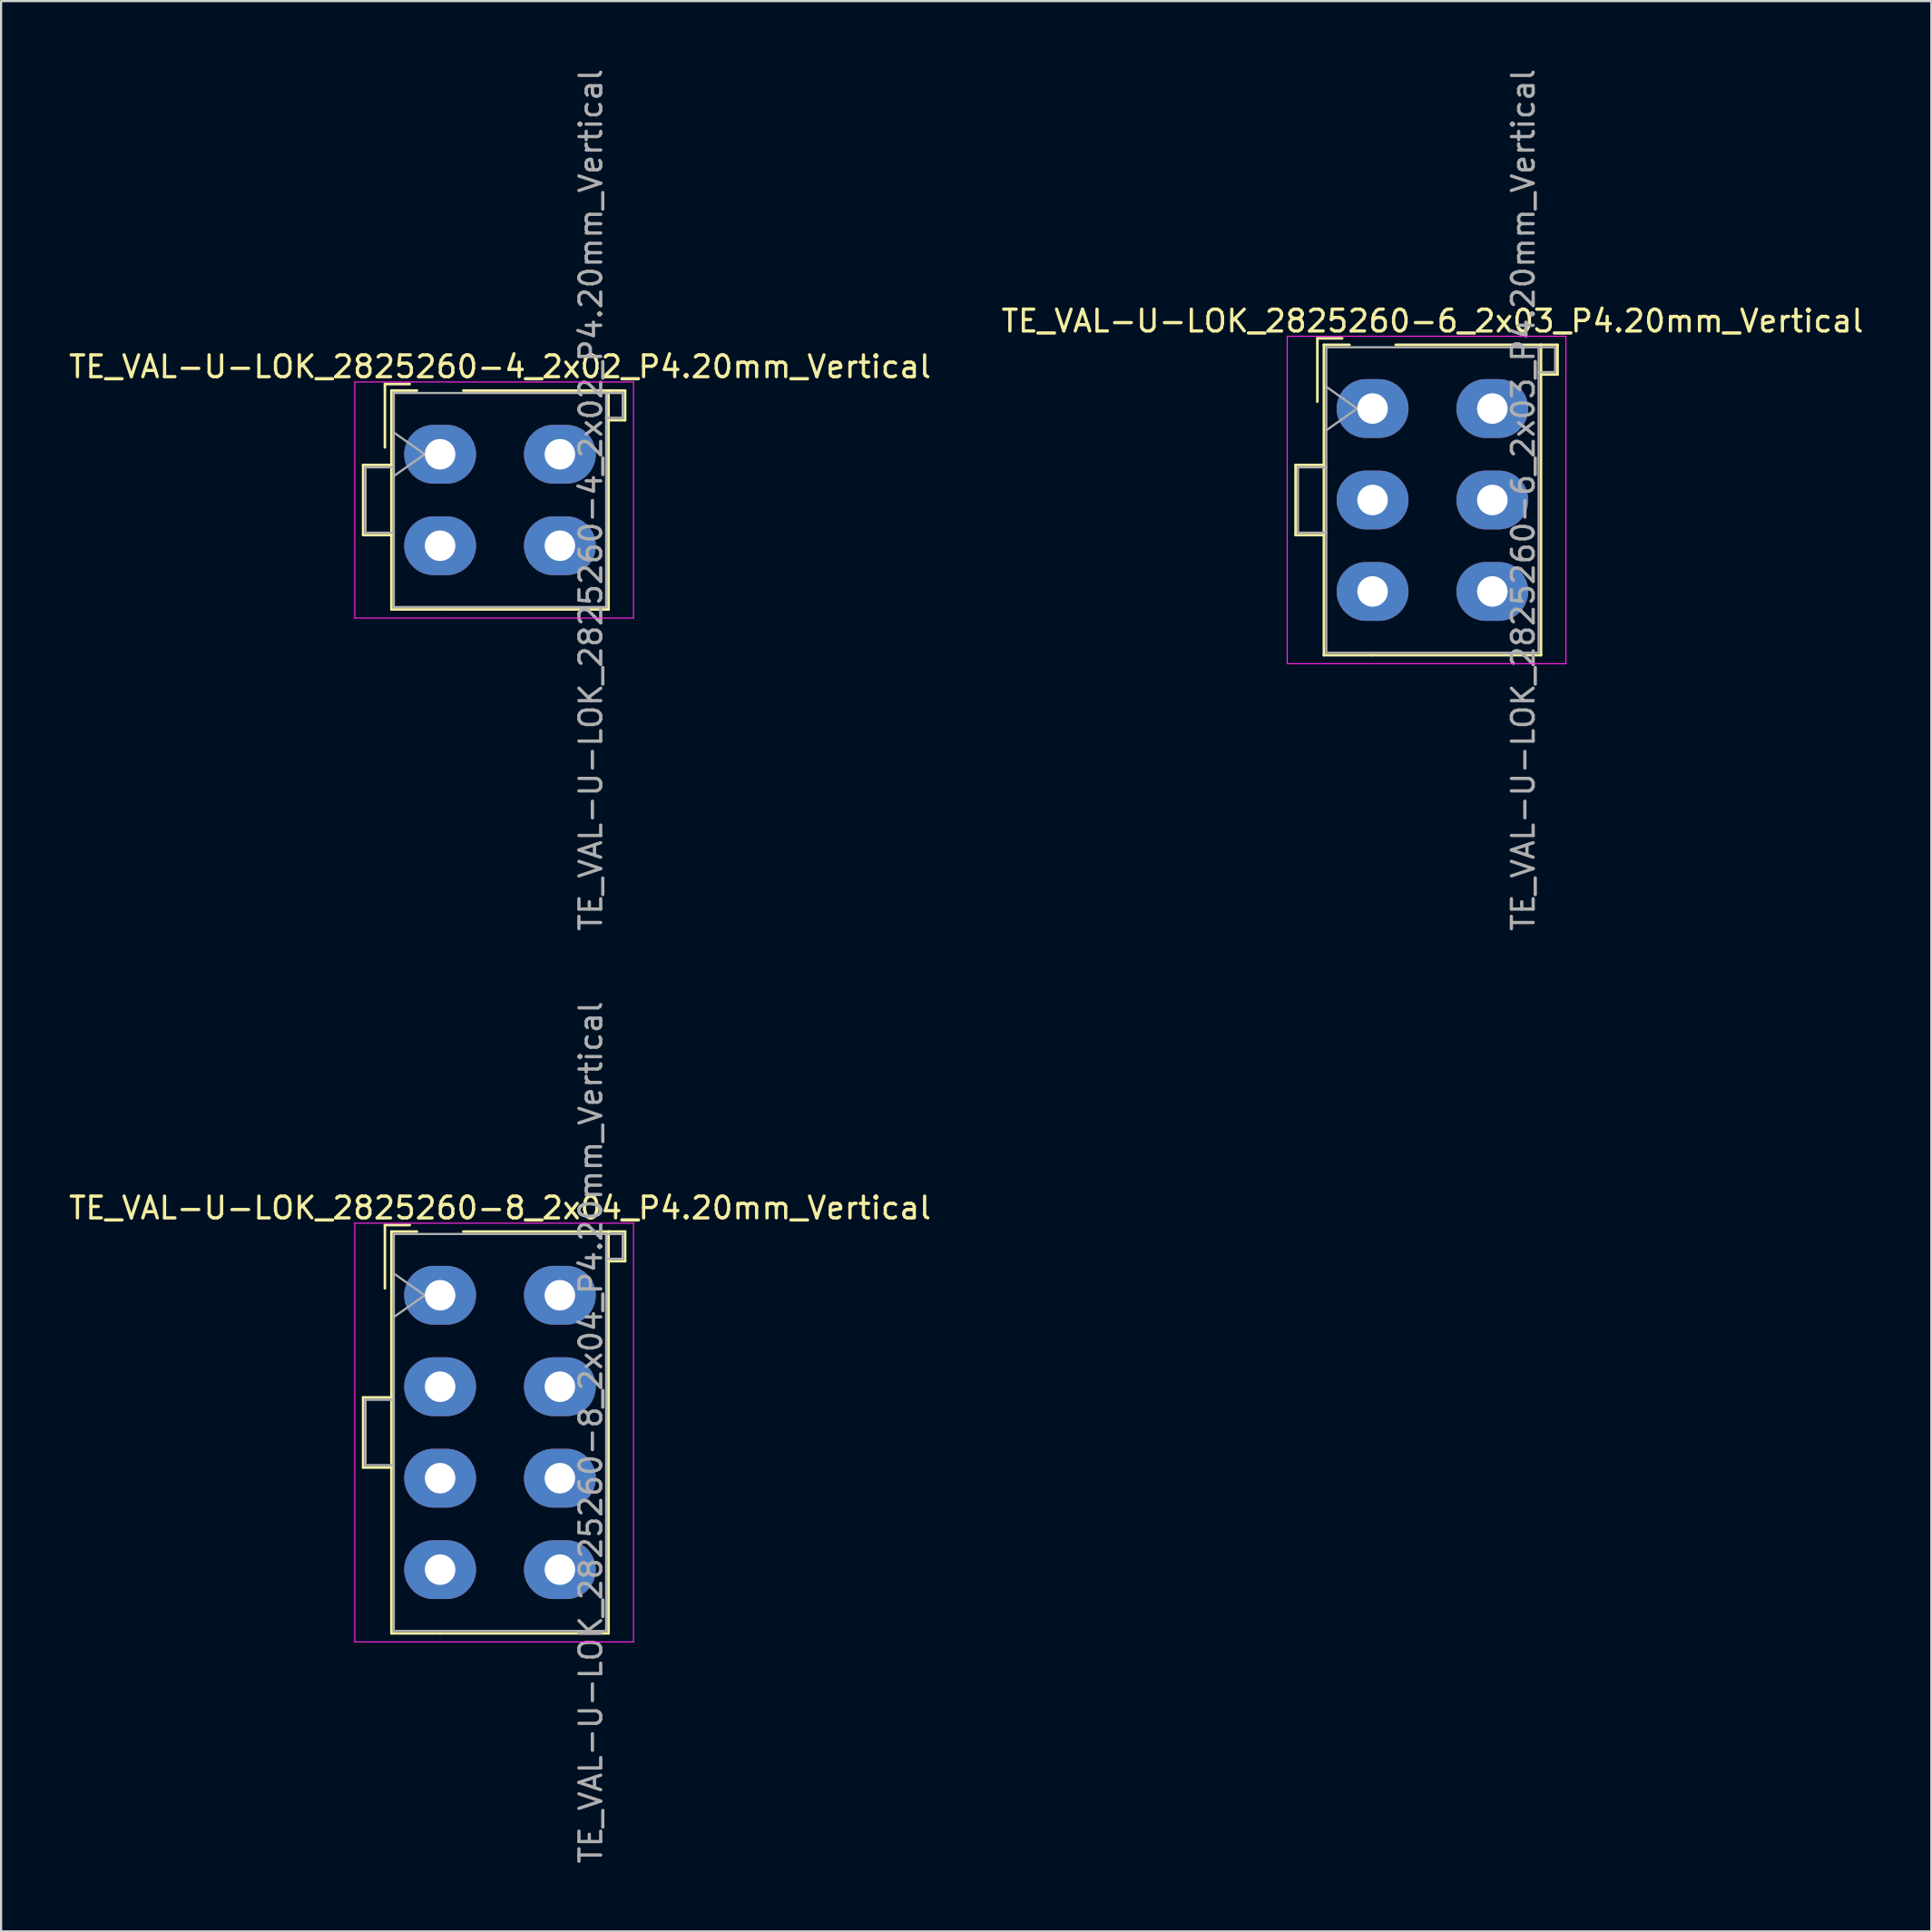
<source format=kicad_pcb>
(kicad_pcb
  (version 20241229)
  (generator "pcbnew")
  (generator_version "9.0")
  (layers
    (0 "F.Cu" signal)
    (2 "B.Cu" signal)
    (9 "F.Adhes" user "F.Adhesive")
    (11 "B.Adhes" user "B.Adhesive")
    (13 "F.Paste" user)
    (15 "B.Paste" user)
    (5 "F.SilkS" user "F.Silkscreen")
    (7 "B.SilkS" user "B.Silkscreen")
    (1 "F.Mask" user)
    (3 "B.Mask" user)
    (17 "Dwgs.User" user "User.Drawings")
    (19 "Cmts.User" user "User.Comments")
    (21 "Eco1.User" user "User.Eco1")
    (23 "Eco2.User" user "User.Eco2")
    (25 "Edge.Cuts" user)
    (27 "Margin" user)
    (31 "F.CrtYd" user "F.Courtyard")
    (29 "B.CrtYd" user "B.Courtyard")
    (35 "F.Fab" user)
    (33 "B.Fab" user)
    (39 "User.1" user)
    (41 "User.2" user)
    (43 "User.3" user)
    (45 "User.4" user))
  (footprint "TE_VAL-U-LOK_2825260-8_2x04_P4.20mm_Vertical"
    (layer "F.Cu")
    (at 17.161 56.432)
    (property "Reference" "TE_VAL-U-LOK_2825260-8_2x04_P4.20mm_Vertical" (at 2.75 -4.01 0) (layer "F.SilkS") (effects (font (size 1 1) (thickness 0.15))))
    (attr through_hole)
    (fp_line (start -3.535 4.69) (end -3.535 7.91) (stroke (width 0.12) (type solid)) (layer "F.SilkS"))
    (fp_line (start -3.535 7.91) (end -2.235 7.91) (stroke (width 0.12) (type solid)) (layer "F.SilkS"))
    (fp_line (start -2.535 -3.225) (end -2.535 -0.315) (stroke (width 0.12) (type solid)) (layer "F.SilkS"))
    (fp_line (start -2.235 -2.925) (end -2.235 15.525) (stroke (width 0.12) (type solid)) (layer "F.SilkS"))
    (fp_line (start -2.235 4.69) (end -3.535 4.69) (stroke (width 0.12) (type solid)) (layer "F.SilkS"))
    (fp_line (start -2.235 15.525) (end 0 15.525) (stroke (width 0.12) (type solid)) (layer "F.SilkS"))
    (fp_line (start -1.395 -3.225) (end -2.535 -3.225) (stroke (width 0.12) (type solid)) (layer "F.SilkS"))
    (fp_line (start -1.062 -2.925) (end -2.235 -2.925) (stroke (width 0.12) (type solid)) (layer "F.SilkS"))
    (fp_line (start 1.062 -2.925) (end 7.735 -2.925) (stroke (width 0.12) (type solid)) (layer "F.SilkS"))
    (fp_line (start 7.735 -2.925) (end 7.735 15.525) (stroke (width 0.12) (type solid)) (layer "F.SilkS"))
    (fp_line (start 7.735 -2.925) (end 8.495 -2.925) (stroke (width 0.12) (type solid)) (layer "F.SilkS"))
    (fp_line (start 7.735 15.525) (end 0 15.525) (stroke (width 0.12) (type solid)) (layer "F.SilkS"))
    (fp_line (start 8.495 -2.925) (end 8.495 -1.565) (stroke (width 0.12) (type solid)) (layer "F.SilkS"))
    (fp_line (start 8.495 -1.565) (end 7.735 -1.565) (stroke (width 0.12) (type solid)) (layer "F.SilkS"))
    (fp_line (start -3.92 -3.31) (end -3.92 15.92) (stroke (width 0.05) (type solid)) (layer "F.CrtYd"))
    (fp_line (start -3.92 15.92) (end 8.88 15.92) (stroke (width 0.05) (type solid)) (layer "F.CrtYd"))
    (fp_line (start 8.88 -3.31) (end -3.92 -3.31) (stroke (width 0.05) (type solid)) (layer "F.CrtYd"))
    (fp_line (start 8.88 15.92) (end 8.88 -3.31) (stroke (width 0.05) (type solid)) (layer "F.CrtYd"))
    (fp_line (start -3.425 4.8) (end -3.425 7.8) (stroke (width 0.1) (type solid)) (layer "F.Fab"))
    (fp_line (start -3.425 7.8) (end -2.125 7.8) (stroke (width 0.1) (type solid)) (layer "F.Fab"))
    (fp_line (start -2.125 -2.815) (end -2.125 15.415) (stroke (width 0.1) (type solid)) (layer "F.Fab"))
    (fp_line (start -2.125 -1) (end -0.711 0) (stroke (width 0.1) (type solid)) (layer "F.Fab"))
    (fp_line (start -2.125 4.8) (end -3.425 4.8) (stroke (width 0.1) (type solid)) (layer "F.Fab"))
    (fp_line (start -2.125 15.415) (end 7.625 15.415) (stroke (width 0.1) (type solid)) (layer "F.Fab"))
    (fp_line (start -0.711 0) (end -2.125 1) (stroke (width 0.1) (type solid)) (layer "F.Fab"))
    (fp_line (start 7.625 -2.815) (end -2.125 -2.815) (stroke (width 0.1) (type solid)) (layer "F.Fab"))
    (fp_line (start 7.625 -2.815) (end 8.385 -2.815) (stroke (width 0.1) (type solid)) (layer "F.Fab"))
    (fp_line (start 7.625 15.415) (end 7.625 -2.815) (stroke (width 0.1) (type solid)) (layer "F.Fab"))
    (fp_line (start 8.385 -2.815) (end 8.385 -1.675) (stroke (width 0.1) (type solid)) (layer "F.Fab"))
    (fp_line (start 8.385 -1.675) (end 7.625 -1.675) (stroke (width 0.1) (type solid)) (layer "F.Fab"))
    (fp_text user "${REFERENCE}" (at 6.92 6.3 90) (layer "F.Fab") (effects (font (size 1 1) (thickness 0.15))))
    (pad "1" thru_hole oval (at 0 0) (size 3.3 2.7) (drill 1.4) (layers "*.Cu" "*.Mask"))
    (pad "2" thru_hole oval (at 5.5 0) (size 3.3 2.7) (drill 1.4) (layers "*.Cu" "*.Mask"))
    (pad "3" thru_hole oval (at 0 4.2) (size 3.3 2.7) (drill 1.4) (layers "*.Cu" "*.Mask"))
    (pad "4" thru_hole oval (at 5.5 4.2) (size 3.3 2.7) (drill 1.4) (layers "*.Cu" "*.Mask"))
    (pad "5" thru_hole oval (at 0 8.4) (size 3.3 2.7) (drill 1.4) (layers "*.Cu" "*.Mask"))
    (pad "6" thru_hole oval (at 5.5 8.4) (size 3.3 2.7) (drill 1.4) (layers "*.Cu" "*.Mask"))
    (pad "7" thru_hole oval (at 0 12.6) (size 3.3 2.7) (drill 1.4) (layers "*.Cu" "*.Mask"))
    (pad "8" thru_hole oval (at 5.5 12.6) (size 3.3 2.7) (drill 1.4) (layers "*.Cu" "*.Mask")))
  (footprint "TE_VAL-U-LOK_2825260-6_2x03_P4.20mm_Vertical"
    (layer "F.Cu")
    (at 59.982 15.711)
    (property "Reference" "TE_VAL-U-LOK_2825260-6_2x03_P4.20mm_Vertical" (at 2.75 -4.02 0) (layer "F.SilkS") (effects (font (size 1 1) (thickness 0.15))))
    (attr through_hole)
    (fp_line (start -3.535 2.59) (end -3.535 5.81) (stroke (width 0.12) (type solid)) (layer "F.SilkS"))
    (fp_line (start -3.535 5.81) (end -2.235 5.81) (stroke (width 0.12) (type solid)) (layer "F.SilkS"))
    (fp_line (start -2.535 -3.225) (end -2.535 -0.315) (stroke (width 0.12) (type solid)) (layer "F.SilkS"))
    (fp_line (start -2.235 -2.925) (end -2.235 11.325) (stroke (width 0.12) (type solid)) (layer "F.SilkS"))
    (fp_line (start -2.235 2.59) (end -3.535 2.59) (stroke (width 0.12) (type solid)) (layer "F.SilkS"))
    (fp_line (start -2.235 11.325) (end 0 11.325) (stroke (width 0.12) (type solid)) (layer "F.SilkS"))
    (fp_line (start -1.395 -3.225) (end -2.535 -3.225) (stroke (width 0.12) (type solid)) (layer "F.SilkS"))
    (fp_line (start -1.062 -2.925) (end -2.235 -2.925) (stroke (width 0.12) (type solid)) (layer "F.SilkS"))
    (fp_line (start 1.062 -2.925) (end 7.735 -2.925) (stroke (width 0.12) (type solid)) (layer "F.SilkS"))
    (fp_line (start 7.735 -2.925) (end 7.735 11.325) (stroke (width 0.12) (type solid)) (layer "F.SilkS"))
    (fp_line (start 7.735 -2.925) (end 8.495 -2.925) (stroke (width 0.12) (type solid)) (layer "F.SilkS"))
    (fp_line (start 7.735 11.325) (end 0 11.325) (stroke (width 0.12) (type solid)) (layer "F.SilkS"))
    (fp_line (start 8.495 -2.925) (end 8.495 -1.565) (stroke (width 0.12) (type solid)) (layer "F.SilkS"))
    (fp_line (start 8.495 -1.565) (end 7.735 -1.565) (stroke (width 0.12) (type solid)) (layer "F.SilkS"))
    (fp_line (start -3.92 -3.32) (end -3.92 11.72) (stroke (width 0.05) (type solid)) (layer "F.CrtYd"))
    (fp_line (start -3.92 11.72) (end 8.88 11.72) (stroke (width 0.05) (type solid)) (layer "F.CrtYd"))
    (fp_line (start 8.88 -3.32) (end -3.92 -3.32) (stroke (width 0.05) (type solid)) (layer "F.CrtYd"))
    (fp_line (start 8.88 11.72) (end 8.88 -3.32) (stroke (width 0.05) (type solid)) (layer "F.CrtYd"))
    (fp_line (start -3.425 2.7) (end -3.425 5.7) (stroke (width 0.1) (type solid)) (layer "F.Fab"))
    (fp_line (start -3.425 5.7) (end -2.125 5.7) (stroke (width 0.1) (type solid)) (layer "F.Fab"))
    (fp_line (start -2.125 -2.815) (end -2.125 11.215) (stroke (width 0.1) (type solid)) (layer "F.Fab"))
    (fp_line (start -2.125 -1) (end -0.711 0) (stroke (width 0.1) (type solid)) (layer "F.Fab"))
    (fp_line (start -2.125 2.7) (end -3.425 2.7) (stroke (width 0.1) (type solid)) (layer "F.Fab"))
    (fp_line (start -2.125 11.215) (end 7.625 11.215) (stroke (width 0.1) (type solid)) (layer "F.Fab"))
    (fp_line (start -0.711 0) (end -2.125 1) (stroke (width 0.1) (type solid)) (layer "F.Fab"))
    (fp_line (start 7.625 -2.815) (end -2.125 -2.815) (stroke (width 0.1) (type solid)) (layer "F.Fab"))
    (fp_line (start 7.625 -2.815) (end 8.385 -2.815) (stroke (width 0.1) (type solid)) (layer "F.Fab"))
    (fp_line (start 7.625 11.215) (end 7.625 -2.815) (stroke (width 0.1) (type solid)) (layer "F.Fab"))
    (fp_line (start 8.385 -2.815) (end 8.385 -1.675) (stroke (width 0.1) (type solid)) (layer "F.Fab"))
    (fp_line (start 8.385 -1.675) (end 7.625 -1.675) (stroke (width 0.1) (type solid)) (layer "F.Fab"))
    (fp_text user "${REFERENCE}" (at 6.92 4.2 90) (layer "F.Fab") (effects (font (size 1 1) (thickness 0.15))))
    (pad "1" thru_hole oval (at 0 0) (size 3.3 2.7) (drill 1.4) (layers "*.Cu" "*.Mask"))
    (pad "2" thru_hole oval (at 5.5 0) (size 3.3 2.7) (drill 1.4) (layers "*.Cu" "*.Mask"))
    (pad "3" thru_hole oval (at 0 4.2) (size 3.3 2.7) (drill 1.4) (layers "*.Cu" "*.Mask"))
    (pad "4" thru_hole oval (at 5.5 4.2) (size 3.3 2.7) (drill 1.4) (layers "*.Cu" "*.Mask"))
    (pad "5" thru_hole oval (at 0 8.4) (size 3.3 2.7) (drill 1.4) (layers "*.Cu" "*.Mask"))
    (pad "6" thru_hole oval (at 5.5 8.4) (size 3.3 2.7) (drill 1.4) (layers "*.Cu" "*.Mask")))
  (footprint "TE_VAL-U-LOK_2825260-4_2x02_P4.20mm_Vertical"
    (layer "F.Cu")
    (at 17.161 17.811)
    (property "Reference" "TE_VAL-U-LOK_2825260-4_2x02_P4.20mm_Vertical" (at 2.75 -4.02 0) (layer "F.SilkS") (effects (font (size 1 1) (thickness 0.15))))
    (attr through_hole)
    (fp_line (start -3.535 0.49) (end -3.535 3.71) (stroke (width 0.12) (type solid)) (layer "F.SilkS"))
    (fp_line (start -3.535 3.71) (end -2.235 3.71) (stroke (width 0.12) (type solid)) (layer "F.SilkS"))
    (fp_line (start -2.535 -3.225) (end -2.535 -0.315) (stroke (width 0.12) (type solid)) (layer "F.SilkS"))
    (fp_line (start -2.235 -2.925) (end -2.235 7.125) (stroke (width 0.12) (type solid)) (layer "F.SilkS"))
    (fp_line (start -2.235 0.49) (end -3.535 0.49) (stroke (width 0.12) (type solid)) (layer "F.SilkS"))
    (fp_line (start -2.235 7.125) (end 0 7.125) (stroke (width 0.12) (type solid)) (layer "F.SilkS"))
    (fp_line (start -1.395 -3.225) (end -2.535 -3.225) (stroke (width 0.12) (type solid)) (layer "F.SilkS"))
    (fp_line (start -1.062 -2.925) (end -2.235 -2.925) (stroke (width 0.12) (type solid)) (layer "F.SilkS"))
    (fp_line (start 1.062 -2.925) (end 7.735 -2.925) (stroke (width 0.12) (type solid)) (layer "F.SilkS"))
    (fp_line (start 7.735 -2.925) (end 7.735 7.125) (stroke (width 0.12) (type solid)) (layer "F.SilkS"))
    (fp_line (start 7.735 -2.925) (end 8.495 -2.925) (stroke (width 0.12) (type solid)) (layer "F.SilkS"))
    (fp_line (start 7.735 7.125) (end 0 7.125) (stroke (width 0.12) (type solid)) (layer "F.SilkS"))
    (fp_line (start 8.495 -2.925) (end 8.495 -1.565) (stroke (width 0.12) (type solid)) (layer "F.SilkS"))
    (fp_line (start 8.495 -1.565) (end 7.735 -1.565) (stroke (width 0.12) (type solid)) (layer "F.SilkS"))
    (fp_line (start -3.92 -3.32) (end -3.92 7.52) (stroke (width 0.05) (type solid)) (layer "F.CrtYd"))
    (fp_line (start -3.92 7.52) (end 8.88 7.52) (stroke (width 0.05) (type solid)) (layer "F.CrtYd"))
    (fp_line (start 8.88 -3.32) (end -3.92 -3.32) (stroke (width 0.05) (type solid)) (layer "F.CrtYd"))
    (fp_line (start 8.88 7.52) (end 8.88 -3.32) (stroke (width 0.05) (type solid)) (layer "F.CrtYd"))
    (fp_line (start -3.425 0.6) (end -3.425 3.6) (stroke (width 0.1) (type solid)) (layer "F.Fab"))
    (fp_line (start -3.425 3.6) (end -2.125 3.6) (stroke (width 0.1) (type solid)) (layer "F.Fab"))
    (fp_line (start -2.125 -2.815) (end -2.125 7.015) (stroke (width 0.1) (type solid)) (layer "F.Fab"))
    (fp_line (start -2.125 -1) (end -0.711 0) (stroke (width 0.1) (type solid)) (layer "F.Fab"))
    (fp_line (start -2.125 0.6) (end -3.425 0.6) (stroke (width 0.1) (type solid)) (layer "F.Fab"))
    (fp_line (start -2.125 7.015) (end 7.625 7.015) (stroke (width 0.1) (type solid)) (layer "F.Fab"))
    (fp_line (start -0.711 0) (end -2.125 1) (stroke (width 0.1) (type solid)) (layer "F.Fab"))
    (fp_line (start 7.625 -2.815) (end -2.125 -2.815) (stroke (width 0.1) (type solid)) (layer "F.Fab"))
    (fp_line (start 7.625 -2.815) (end 8.385 -2.815) (stroke (width 0.1) (type solid)) (layer "F.Fab"))
    (fp_line (start 7.625 7.015) (end 7.625 -2.815) (stroke (width 0.1) (type solid)) (layer "F.Fab"))
    (fp_line (start 8.385 -2.815) (end 8.385 -1.675) (stroke (width 0.1) (type solid)) (layer "F.Fab"))
    (fp_line (start 8.385 -1.675) (end 7.625 -1.675) (stroke (width 0.1) (type solid)) (layer "F.Fab"))
    (fp_text user "${REFERENCE}" (at 6.92 2.1 90) (layer "F.Fab") (effects (font (size 1 1) (thickness 0.15))))
    (pad "1" thru_hole oval (at 0 0) (size 3.3 2.7) (drill 1.4) (layers "*.Cu" "*.Mask"))
    (pad "2" thru_hole oval (at 5.5 0) (size 3.3 2.7) (drill 1.4) (layers "*.Cu" "*.Mask"))
    (pad "3" thru_hole oval (at 0 4.2) (size 3.3 2.7) (drill 1.4) (layers "*.Cu" "*.Mask"))
    (pad "4" thru_hole oval (at 5.5 4.2) (size 3.3 2.7) (drill 1.4) (layers "*.Cu" "*.Mask")))
  (gr_rect
    (start -3 -3)
    (end 85.643 85.643)
    (stroke (width 0.1) (type default))
    (fill no)
    (layer "Edge.Cuts")))
</source>
